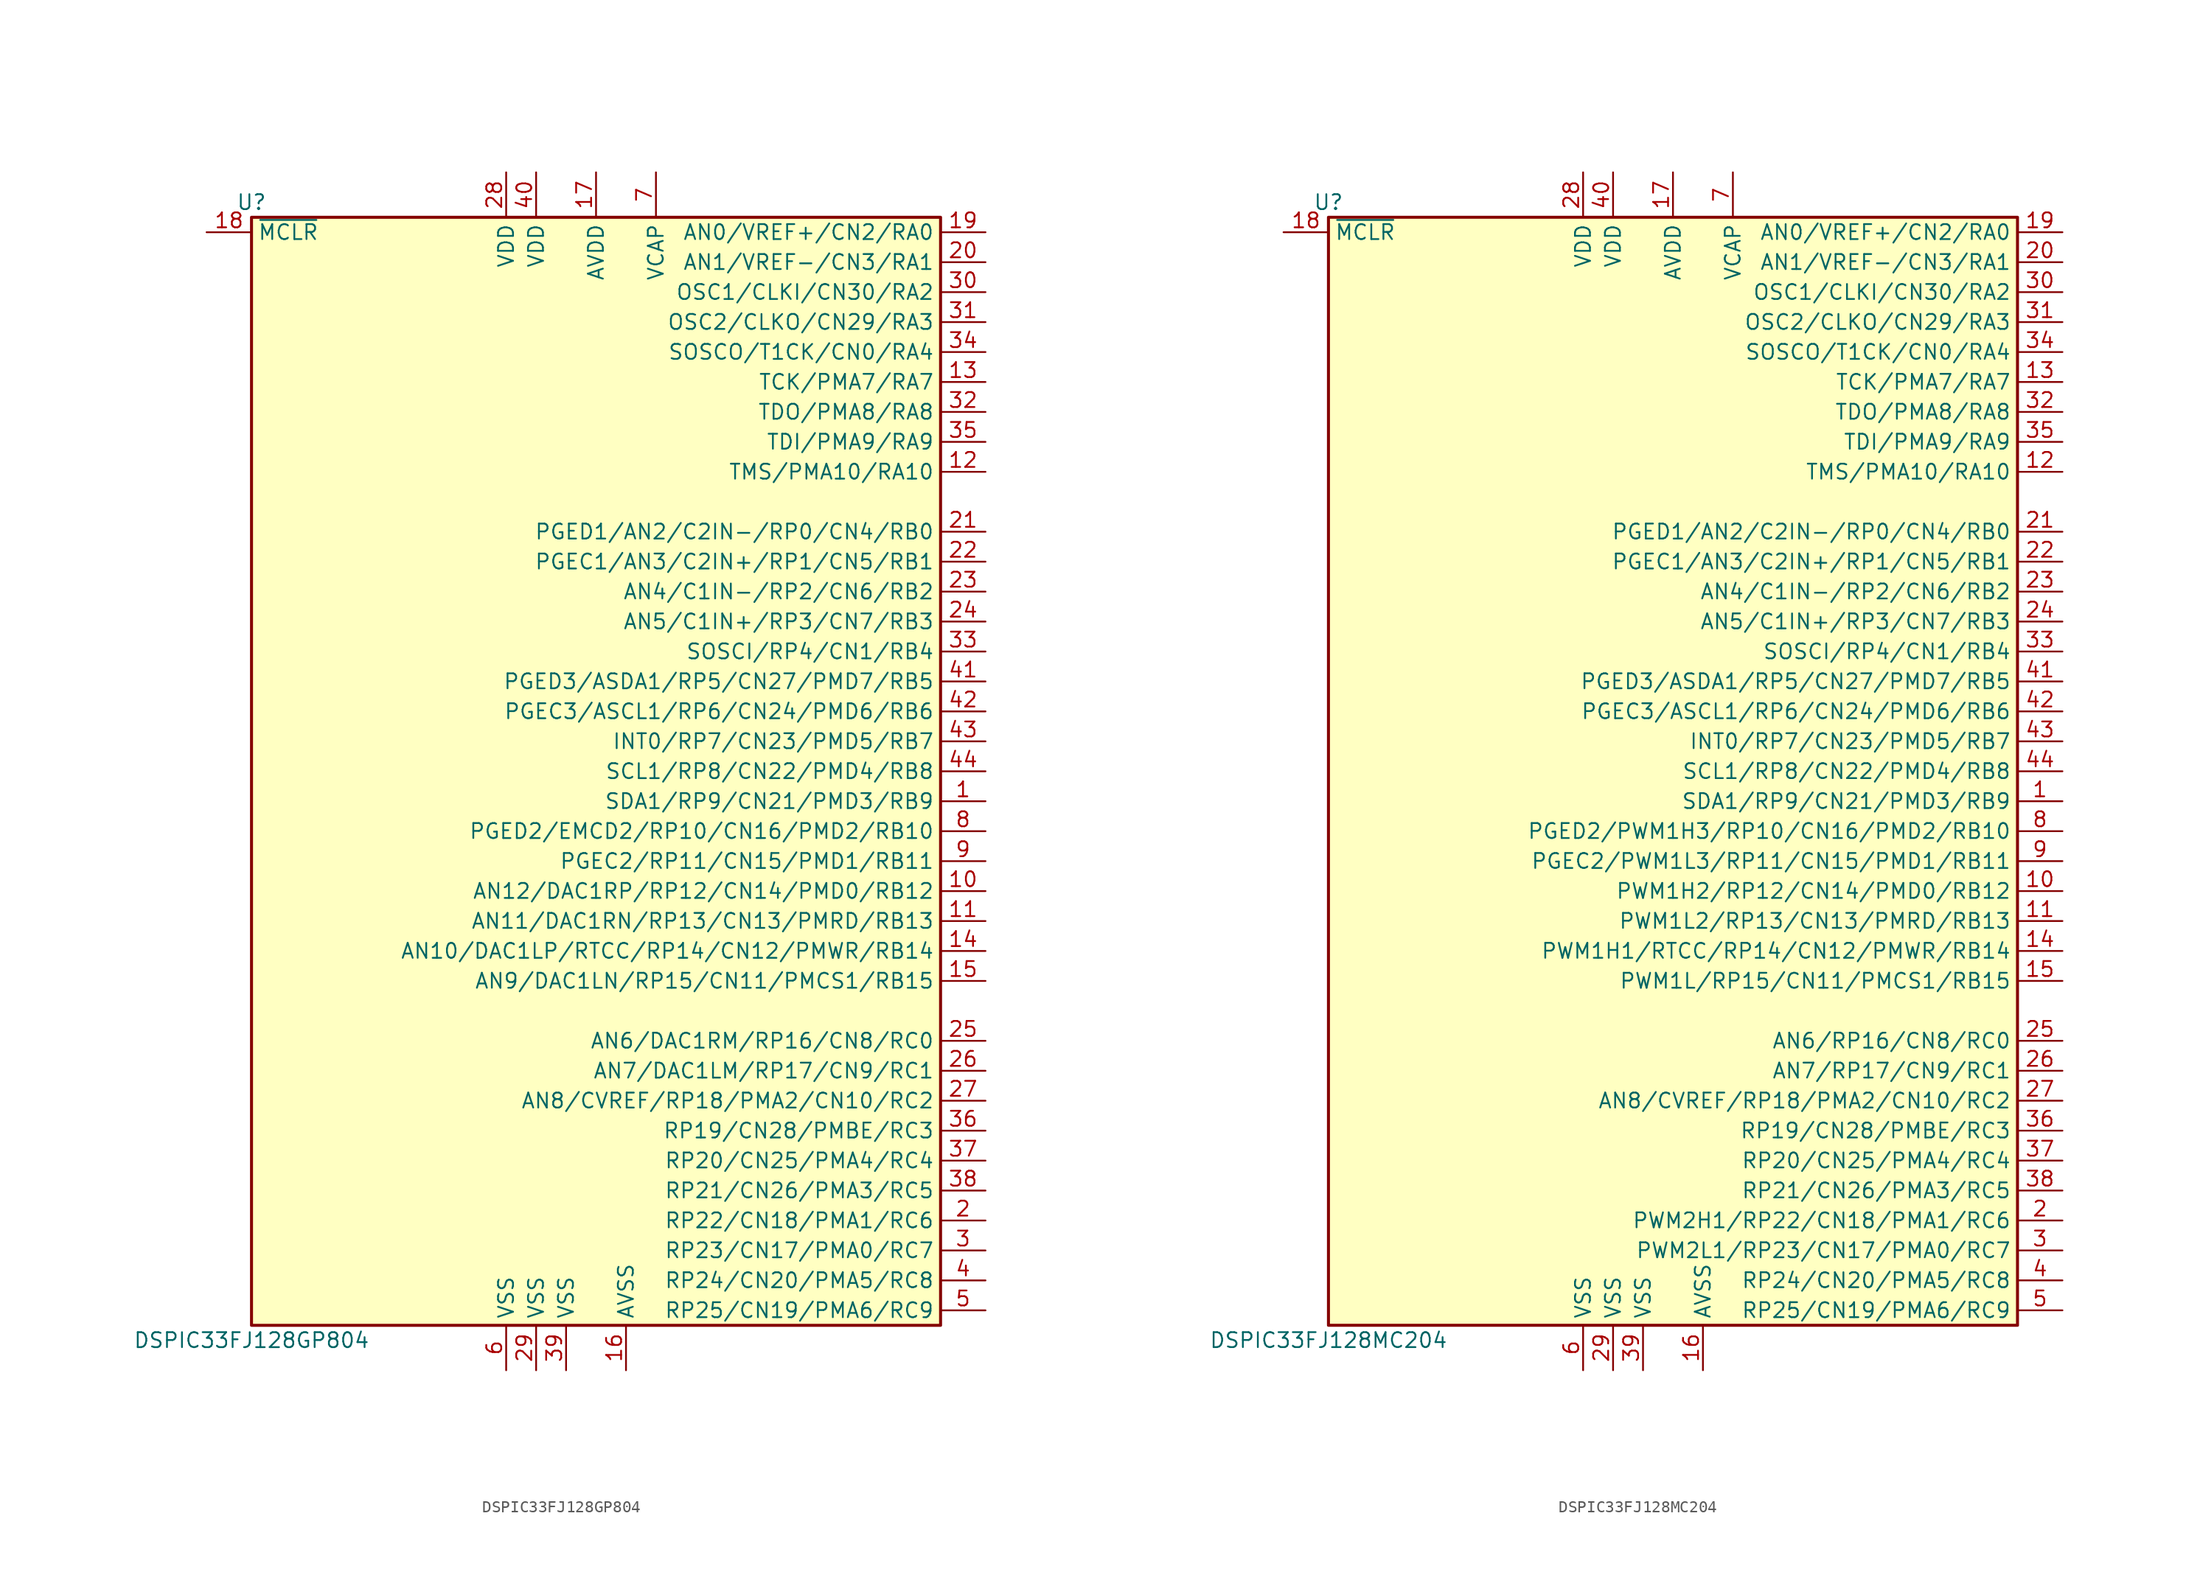
<source format=kicad_sym>
(kicad_symbol_lib
  (version 20211014)
  (generator kicad_symbol_editor)
  (symbol "DSPIC33FJ128GP804"
    (property "Reference" "U"
      (at -29.21 48.26 0)
      (effects (font (size 1.27 1.27))))
    (property "Value" "DSPIC33FJ128GP804"
      (at -29.21 -48.26 0)
      (effects (font (size 1.27 1.27))))
    (symbol "DSPIC33FJ128GP804_1_1"
      (rectangle (start -29.21 46.99) (end 29.21 -46.99) (stroke (width 0.254) (type default) (color 0 0 0 0)) (fill (type background)))
      (pin bidirectional line (at 33.02 -2.54 180) (length 3.81) (name "SDA1/RP9/CN21/PMD3/RB9" (effects (font (size 1.27 1.27)))) (number "1" (effects (font (size 1.27 1.27)))))
      (pin bidirectional line (at 33.02 -10.16 180) (length 3.81) (name "AN12/DAC1RP/RP12/CN14/PMD0/RB12" (effects (font (size 1.27 1.27)))) (number "10" (effects (font (size 1.27 1.27)))))
      (pin bidirectional line (at 33.02 -12.7 180) (length 3.81) (name "AN11/DAC1RN/RP13/CN13/PMRD/RB13" (effects (font (size 1.27 1.27)))) (number "11" (effects (font (size 1.27 1.27)))))
      (pin bidirectional line (at 33.02 25.4 180) (length 3.81) (name "TMS/PMA10/RA10" (effects (font (size 1.27 1.27)))) (number "12" (effects (font (size 1.27 1.27)))))
      (pin bidirectional line (at 33.02 33.02 180) (length 3.81) (name "TCK/PMA7/RA7" (effects (font (size 1.27 1.27)))) (number "13" (effects (font (size 1.27 1.27)))))
      (pin bidirectional line (at 33.02 -15.24 180) (length 3.81) (name "AN10/DAC1LP/RTCC/RP14/CN12/PMWR/RB14" (effects (font (size 1.27 1.27)))) (number "14" (effects (font (size 1.27 1.27)))))
      (pin bidirectional line (at 33.02 -17.78 180) (length 3.81) (name "AN9/DAC1LN/RP15/CN11/PMCS1/RB15" (effects (font (size 1.27 1.27)))) (number "15" (effects (font (size 1.27 1.27)))))
      (pin power_in line (at 2.54 -50.8 90) (length 3.81) (name "AVSS" (effects (font (size 1.27 1.27)))) (number "16" (effects (font (size 1.27 1.27)))))
      (pin power_in line (at 0 50.8 270) (length 3.81) (name "AVDD" (effects (font (size 1.27 1.27)))) (number "17" (effects (font (size 1.27 1.27)))))
      (pin input line (at -33.02 45.72 0) (length 3.81) (name "~{MCLR}" (effects (font (size 1.27 1.27)))) (number "18" (effects (font (size 1.27 1.27)))))
      (pin bidirectional line (at 33.02 45.72 180) (length 3.81) (name "AN0/VREF+/CN2/RA0" (effects (font (size 1.27 1.27)))) (number "19" (effects (font (size 1.27 1.27)))))
      (pin bidirectional line (at 33.02 -38.1 180) (length 3.81) (name "RP22/CN18/PMA1/RC6" (effects (font (size 1.27 1.27)))) (number "2" (effects (font (size 1.27 1.27)))))
      (pin bidirectional line (at 33.02 43.18 180) (length 3.81) (name "AN1/VREF-/CN3/RA1" (effects (font (size 1.27 1.27)))) (number "20" (effects (font (size 1.27 1.27)))))
      (pin bidirectional line (at 33.02 20.32 180) (length 3.81) (name "PGED1/AN2/C2IN-/RP0/CN4/RB0" (effects (font (size 1.27 1.27)))) (number "21" (effects (font (size 1.27 1.27)))))
      (pin bidirectional line (at 33.02 17.78 180) (length 3.81) (name "PGEC1/AN3/C2IN+/RP1/CN5/RB1" (effects (font (size 1.27 1.27)))) (number "22" (effects (font (size 1.27 1.27)))))
      (pin bidirectional line (at 33.02 15.24 180) (length 3.81) (name "AN4/C1IN-/RP2/CN6/RB2" (effects (font (size 1.27 1.27)))) (number "23" (effects (font (size 1.27 1.27)))))
      (pin bidirectional line (at 33.02 12.7 180) (length 3.81) (name "AN5/C1IN+/RP3/CN7/RB3" (effects (font (size 1.27 1.27)))) (number "24" (effects (font (size 1.27 1.27)))))
      (pin bidirectional line (at 33.02 -22.86 180) (length 3.81) (name "AN6/DAC1RM/RP16/CN8/RC0" (effects (font (size 1.27 1.27)))) (number "25" (effects (font (size 1.27 1.27)))))
      (pin bidirectional line (at 33.02 -25.4 180) (length 3.81) (name "AN7/DAC1LM/RP17/CN9/RC1" (effects (font (size 1.27 1.27)))) (number "26" (effects (font (size 1.27 1.27)))))
      (pin bidirectional line (at 33.02 -27.94 180) (length 3.81) (name "AN8/CVREF/RP18/PMA2/CN10/RC2" (effects (font (size 1.27 1.27)))) (number "27" (effects (font (size 1.27 1.27)))))
      (pin power_in line (at -7.62 50.8 270) (length 3.81) (name "VDD" (effects (font (size 1.27 1.27)))) (number "28" (effects (font (size 1.27 1.27)))))
      (pin power_in line (at -5.08 -50.8 90) (length 3.81) (name "VSS" (effects (font (size 1.27 1.27)))) (number "29" (effects (font (size 1.27 1.27)))))
      (pin bidirectional line (at 33.02 -40.64 180) (length 3.81) (name "RP23/CN17/PMA0/RC7" (effects (font (size 1.27 1.27)))) (number "3" (effects (font (size 1.27 1.27)))))
      (pin input line (at 33.02 40.64 180) (length 3.81) (name "OSC1/CLKI/CN30/RA2" (effects (font (size 1.27 1.27)))) (number "30" (effects (font (size 1.27 1.27)))))
      (pin input line (at 33.02 38.1 180) (length 3.81) (name "OSC2/CLKO/CN29/RA3" (effects (font (size 1.27 1.27)))) (number "31" (effects (font (size 1.27 1.27)))))
      (pin input line (at 33.02 30.48 180) (length 3.81) (name "TDO/PMA8/RA8" (effects (font (size 1.27 1.27)))) (number "32" (effects (font (size 1.27 1.27)))))
      (pin input line (at 33.02 10.16 180) (length 3.81) (name "SOSCI/RP4/CN1/RB4" (effects (font (size 1.27 1.27)))) (number "33" (effects (font (size 1.27 1.27)))))
      (pin input line (at 33.02 35.56 180) (length 3.81) (name "SOSCO/T1CK/CN0/RA4" (effects (font (size 1.27 1.27)))) (number "34" (effects (font (size 1.27 1.27)))))
      (pin input line (at 33.02 27.94 180) (length 3.81) (name "TDI/PMA9/RA9" (effects (font (size 1.27 1.27)))) (number "35" (effects (font (size 1.27 1.27)))))
      (pin input line (at 33.02 -30.48 180) (length 3.81) (name "RP19/CN28/PMBE/RC3" (effects (font (size 1.27 1.27)))) (number "36" (effects (font (size 1.27 1.27)))))
      (pin input line (at 33.02 -33.02 180) (length 3.81) (name "RP20/CN25/PMA4/RC4" (effects (font (size 1.27 1.27)))) (number "37" (effects (font (size 1.27 1.27)))))
      (pin input line (at 33.02 -35.56 180) (length 3.81) (name "RP21/CN26/PMA3/RC5" (effects (font (size 1.27 1.27)))) (number "38" (effects (font (size 1.27 1.27)))))
      (pin power_in line (at -2.54 -50.8 90) (length 3.81) (name "VSS" (effects (font (size 1.27 1.27)))) (number "39" (effects (font (size 1.27 1.27)))))
      (pin bidirectional line (at 33.02 -43.18 180) (length 3.81) (name "RP24/CN20/PMA5/RC8" (effects (font (size 1.27 1.27)))) (number "4" (effects (font (size 1.27 1.27)))))
      (pin power_in line (at -5.08 50.8 270) (length 3.81) (name "VDD" (effects (font (size 1.27 1.27)))) (number "40" (effects (font (size 1.27 1.27)))))
      (pin input line (at 33.02 7.62 180) (length 3.81) (name "PGED3/ASDA1/RP5/CN27/PMD7/RB5" (effects (font (size 1.27 1.27)))) (number "41" (effects (font (size 1.27 1.27)))))
      (pin input line (at 33.02 5.08 180) (length 3.81) (name "PGEC3/ASCL1/RP6/CN24/PMD6/RB6" (effects (font (size 1.27 1.27)))) (number "42" (effects (font (size 1.27 1.27)))))
      (pin input line (at 33.02 2.54 180) (length 3.81) (name "INT0/RP7/CN23/PMD5/RB7" (effects (font (size 1.27 1.27)))) (number "43" (effects (font (size 1.27 1.27)))))
      (pin input line (at 33.02 0 180) (length 3.81) (name "SCL1/RP8/CN22/PMD4/RB8" (effects (font (size 1.27 1.27)))) (number "44" (effects (font (size 1.27 1.27)))))
      (pin bidirectional line (at 33.02 -45.72 180) (length 3.81) (name "RP25/CN19/PMA6/RC9" (effects (font (size 1.27 1.27)))) (number "5" (effects (font (size 1.27 1.27)))))
      (pin power_in line (at -7.62 -50.8 90) (length 3.81) (name "VSS" (effects (font (size 1.27 1.27)))) (number "6" (effects (font (size 1.27 1.27)))))
      (pin power_in line (at 5.08 50.8 270) (length 3.81) (name "VCAP" (effects (font (size 1.27 1.27)))) (number "7" (effects (font (size 1.27 1.27)))))
      (pin bidirectional line (at 33.02 -5.08 180) (length 3.81) (name "PGED2/EMCD2/RP10/CN16/PMD2/RB10" (effects (font (size 1.27 1.27)))) (number "8" (effects (font (size 1.27 1.27)))))
      (pin bidirectional line (at 33.02 -7.62 180) (length 3.81) (name "PGEC2/RP11/CN15/PMD1/RB11" (effects (font (size 1.27 1.27)))) (number "9" (effects (font (size 1.27 1.27)))))))
  (symbol "DSPIC33FJ128MC204"
    (property "Reference" "U"
      (at -29.21 48.26 0)
      (effects (font (size 1.27 1.27))))
    (property "Value" "DSPIC33FJ128MC204"
      (at -29.21 -48.26 0)
      (effects (font (size 1.27 1.27))))
    (symbol "DSPIC33FJ128MC204_1_1"
      (rectangle (start -29.21 46.99) (end 29.21 -46.99) (stroke (width 0.254) (type default) (color 0 0 0 0)) (fill (type background)))
      (pin bidirectional line (at 33.02 -2.54 180) (length 3.81) (name "SDA1/RP9/CN21/PMD3/RB9" (effects (font (size 1.27 1.27)))) (number "1" (effects (font (size 1.27 1.27)))))
      (pin bidirectional line (at 33.02 -10.16 180) (length 3.81) (name "PWM1H2/RP12/CN14/PMD0/RB12" (effects (font (size 1.27 1.27)))) (number "10" (effects (font (size 1.27 1.27)))))
      (pin bidirectional line (at 33.02 -12.7 180) (length 3.81) (name "PWM1L2/RP13/CN13/PMRD/RB13" (effects (font (size 1.27 1.27)))) (number "11" (effects (font (size 1.27 1.27)))))
      (pin bidirectional line (at 33.02 25.4 180) (length 3.81) (name "TMS/PMA10/RA10" (effects (font (size 1.27 1.27)))) (number "12" (effects (font (size 1.27 1.27)))))
      (pin bidirectional line (at 33.02 33.02 180) (length 3.81) (name "TCK/PMA7/RA7" (effects (font (size 1.27 1.27)))) (number "13" (effects (font (size 1.27 1.27)))))
      (pin bidirectional line (at 33.02 -15.24 180) (length 3.81) (name "PWM1H1/RTCC/RP14/CN12/PMWR/RB14" (effects (font (size 1.27 1.27)))) (number "14" (effects (font (size 1.27 1.27)))))
      (pin bidirectional line (at 33.02 -17.78 180) (length 3.81) (name "PWM1L/RP15/CN11/PMCS1/RB15" (effects (font (size 1.27 1.27)))) (number "15" (effects (font (size 1.27 1.27)))))
      (pin power_in line (at 2.54 -50.8 90) (length 3.81) (name "AVSS" (effects (font (size 1.27 1.27)))) (number "16" (effects (font (size 1.27 1.27)))))
      (pin power_in line (at 0 50.8 270) (length 3.81) (name "AVDD" (effects (font (size 1.27 1.27)))) (number "17" (effects (font (size 1.27 1.27)))))
      (pin input line (at -33.02 45.72 0) (length 3.81) (name "~{MCLR}" (effects (font (size 1.27 1.27)))) (number "18" (effects (font (size 1.27 1.27)))))
      (pin bidirectional line (at 33.02 45.72 180) (length 3.81) (name "AN0/VREF+/CN2/RA0" (effects (font (size 1.27 1.27)))) (number "19" (effects (font (size 1.27 1.27)))))
      (pin bidirectional line (at 33.02 -38.1 180) (length 3.81) (name "PWM2H1/RP22/CN18/PMA1/RC6" (effects (font (size 1.27 1.27)))) (number "2" (effects (font (size 1.27 1.27)))))
      (pin bidirectional line (at 33.02 43.18 180) (length 3.81) (name "AN1/VREF-/CN3/RA1" (effects (font (size 1.27 1.27)))) (number "20" (effects (font (size 1.27 1.27)))))
      (pin bidirectional line (at 33.02 20.32 180) (length 3.81) (name "PGED1/AN2/C2IN-/RP0/CN4/RB0" (effects (font (size 1.27 1.27)))) (number "21" (effects (font (size 1.27 1.27)))))
      (pin bidirectional line (at 33.02 17.78 180) (length 3.81) (name "PGEC1/AN3/C2IN+/RP1/CN5/RB1" (effects (font (size 1.27 1.27)))) (number "22" (effects (font (size 1.27 1.27)))))
      (pin bidirectional line (at 33.02 15.24 180) (length 3.81) (name "AN4/C1IN-/RP2/CN6/RB2" (effects (font (size 1.27 1.27)))) (number "23" (effects (font (size 1.27 1.27)))))
      (pin bidirectional line (at 33.02 12.7 180) (length 3.81) (name "AN5/C1IN+/RP3/CN7/RB3" (effects (font (size 1.27 1.27)))) (number "24" (effects (font (size 1.27 1.27)))))
      (pin bidirectional line (at 33.02 -22.86 180) (length 3.81) (name "AN6/RP16/CN8/RC0" (effects (font (size 1.27 1.27)))) (number "25" (effects (font (size 1.27 1.27)))))
      (pin bidirectional line (at 33.02 -25.4 180) (length 3.81) (name "AN7/RP17/CN9/RC1" (effects (font (size 1.27 1.27)))) (number "26" (effects (font (size 1.27 1.27)))))
      (pin bidirectional line (at 33.02 -27.94 180) (length 3.81) (name "AN8/CVREF/RP18/PMA2/CN10/RC2" (effects (font (size 1.27 1.27)))) (number "27" (effects (font (size 1.27 1.27)))))
      (pin power_in line (at -7.62 50.8 270) (length 3.81) (name "VDD" (effects (font (size 1.27 1.27)))) (number "28" (effects (font (size 1.27 1.27)))))
      (pin power_in line (at -5.08 -50.8 90) (length 3.81) (name "VSS" (effects (font (size 1.27 1.27)))) (number "29" (effects (font (size 1.27 1.27)))))
      (pin bidirectional line (at 33.02 -40.64 180) (length 3.81) (name "PWM2L1/RP23/CN17/PMA0/RC7" (effects (font (size 1.27 1.27)))) (number "3" (effects (font (size 1.27 1.27)))))
      (pin input line (at 33.02 40.64 180) (length 3.81) (name "OSC1/CLKI/CN30/RA2" (effects (font (size 1.27 1.27)))) (number "30" (effects (font (size 1.27 1.27)))))
      (pin input line (at 33.02 38.1 180) (length 3.81) (name "OSC2/CLKO/CN29/RA3" (effects (font (size 1.27 1.27)))) (number "31" (effects (font (size 1.27 1.27)))))
      (pin input line (at 33.02 30.48 180) (length 3.81) (name "TDO/PMA8/RA8" (effects (font (size 1.27 1.27)))) (number "32" (effects (font (size 1.27 1.27)))))
      (pin input line (at 33.02 10.16 180) (length 3.81) (name "SOSCI/RP4/CN1/RB4" (effects (font (size 1.27 1.27)))) (number "33" (effects (font (size 1.27 1.27)))))
      (pin input line (at 33.02 35.56 180) (length 3.81) (name "SOSCO/T1CK/CN0/RA4" (effects (font (size 1.27 1.27)))) (number "34" (effects (font (size 1.27 1.27)))))
      (pin input line (at 33.02 27.94 180) (length 3.81) (name "TDI/PMA9/RA9" (effects (font (size 1.27 1.27)))) (number "35" (effects (font (size 1.27 1.27)))))
      (pin input line (at 33.02 -30.48 180) (length 3.81) (name "RP19/CN28/PMBE/RC3" (effects (font (size 1.27 1.27)))) (number "36" (effects (font (size 1.27 1.27)))))
      (pin input line (at 33.02 -33.02 180) (length 3.81) (name "RP20/CN25/PMA4/RC4" (effects (font (size 1.27 1.27)))) (number "37" (effects (font (size 1.27 1.27)))))
      (pin input line (at 33.02 -35.56 180) (length 3.81) (name "RP21/CN26/PMA3/RC5" (effects (font (size 1.27 1.27)))) (number "38" (effects (font (size 1.27 1.27)))))
      (pin power_in line (at -2.54 -50.8 90) (length 3.81) (name "VSS" (effects (font (size 1.27 1.27)))) (number "39" (effects (font (size 1.27 1.27)))))
      (pin bidirectional line (at 33.02 -43.18 180) (length 3.81) (name "RP24/CN20/PMA5/RC8" (effects (font (size 1.27 1.27)))) (number "4" (effects (font (size 1.27 1.27)))))
      (pin power_in line (at -5.08 50.8 270) (length 3.81) (name "VDD" (effects (font (size 1.27 1.27)))) (number "40" (effects (font (size 1.27 1.27)))))
      (pin input line (at 33.02 7.62 180) (length 3.81) (name "PGED3/ASDA1/RP5/CN27/PMD7/RB5" (effects (font (size 1.27 1.27)))) (number "41" (effects (font (size 1.27 1.27)))))
      (pin input line (at 33.02 5.08 180) (length 3.81) (name "PGEC3/ASCL1/RP6/CN24/PMD6/RB6" (effects (font (size 1.27 1.27)))) (number "42" (effects (font (size 1.27 1.27)))))
      (pin input line (at 33.02 2.54 180) (length 3.81) (name "INT0/RP7/CN23/PMD5/RB7" (effects (font (size 1.27 1.27)))) (number "43" (effects (font (size 1.27 1.27)))))
      (pin input line (at 33.02 0 180) (length 3.81) (name "SCL1/RP8/CN22/PMD4/RB8" (effects (font (size 1.27 1.27)))) (number "44" (effects (font (size 1.27 1.27)))))
      (pin bidirectional line (at 33.02 -45.72 180) (length 3.81) (name "RP25/CN19/PMA6/RC9" (effects (font (size 1.27 1.27)))) (number "5" (effects (font (size 1.27 1.27)))))
      (pin power_in line (at -7.62 -50.8 90) (length 3.81) (name "VSS" (effects (font (size 1.27 1.27)))) (number "6" (effects (font (size 1.27 1.27)))))
      (pin power_in line (at 5.08 50.8 270) (length 3.81) (name "VCAP" (effects (font (size 1.27 1.27)))) (number "7" (effects (font (size 1.27 1.27)))))
      (pin bidirectional line (at 33.02 -5.08 180) (length 3.81) (name "PGED2/PWM1H3/RP10/CN16/PMD2/RB10" (effects (font (size 1.27 1.27)))) (number "8" (effects (font (size 1.27 1.27)))))
      (pin bidirectional line (at 33.02 -7.62 180) (length 3.81) (name "PGEC2/PWM1L3/RP11/CN15/PMD1/RB11" (effects (font (size 1.27 1.27)))) (number "9" (effects (font (size 1.27 1.27))))))))
</source>
